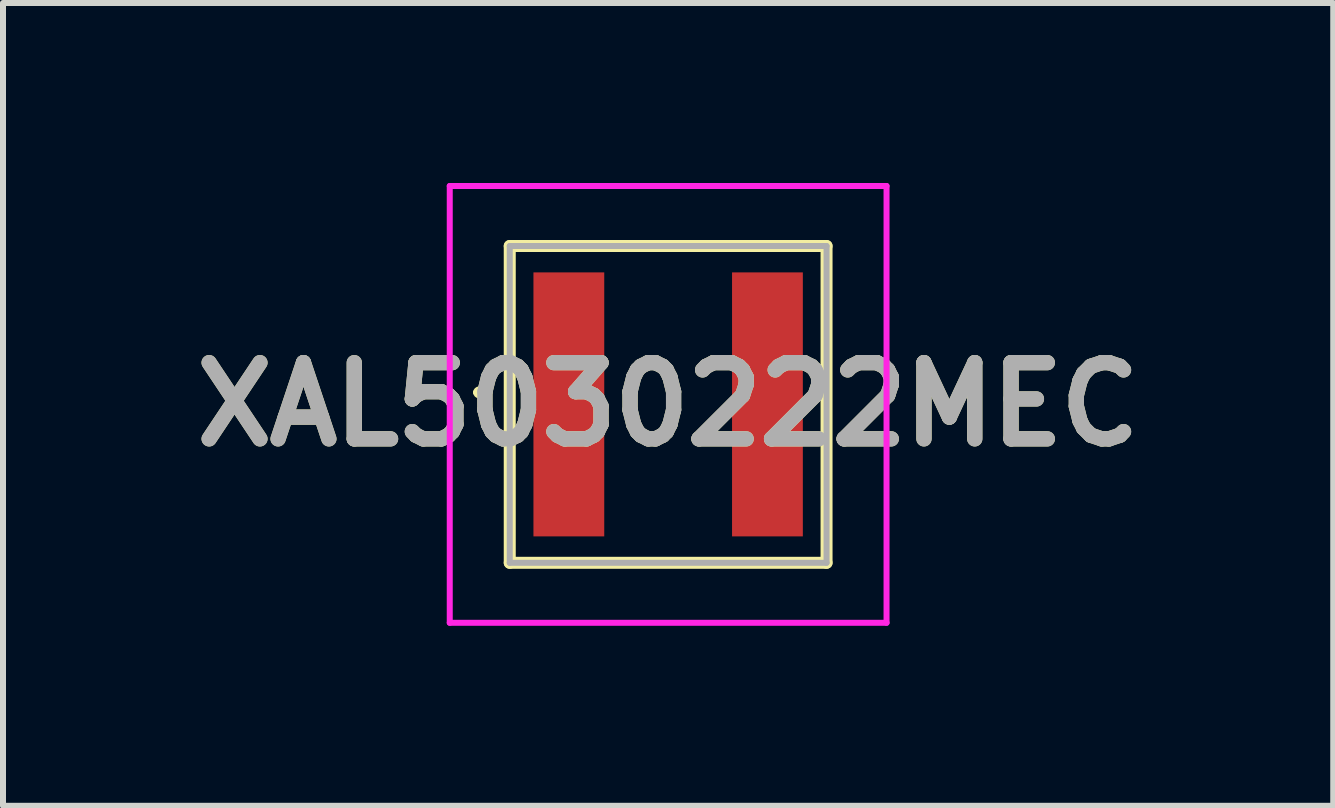
<source format=kicad_pcb>
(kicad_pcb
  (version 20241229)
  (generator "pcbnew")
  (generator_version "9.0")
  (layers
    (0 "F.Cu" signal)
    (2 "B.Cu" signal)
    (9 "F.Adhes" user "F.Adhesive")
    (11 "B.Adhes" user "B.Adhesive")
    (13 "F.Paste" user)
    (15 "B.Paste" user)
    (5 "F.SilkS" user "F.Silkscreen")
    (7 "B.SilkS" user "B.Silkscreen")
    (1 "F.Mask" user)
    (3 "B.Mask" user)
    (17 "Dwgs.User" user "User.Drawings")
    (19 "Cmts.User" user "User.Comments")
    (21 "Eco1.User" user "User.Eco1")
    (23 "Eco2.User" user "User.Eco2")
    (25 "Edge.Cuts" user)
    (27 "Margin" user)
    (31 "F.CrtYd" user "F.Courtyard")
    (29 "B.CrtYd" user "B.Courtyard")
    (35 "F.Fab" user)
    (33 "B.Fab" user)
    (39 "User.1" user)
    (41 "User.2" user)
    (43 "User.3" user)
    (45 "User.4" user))
  (footprint "XAL5030222MEC"
    (layer "F.Cu")
    (at 8.086 3.69)
    (property "Reference" "XAL5030222MEC" (at 0 0 0) (layer "F.SilkS") (effects (font (size 1.27 1.27) (thickness 0.254))))
    (attr smd)
    (fp_line (start -3.2 -0.2) (end -3.2 -0.2) (stroke (width 0.1) (type solid)) (layer "F.SilkS"))
    (fp_line (start -3.1 -0.2) (end -3.1 -0.2) (stroke (width 0.1) (type solid)) (layer "F.SilkS"))
    (fp_line (start -2.64 -2.64) (end 2.64 -2.64) (stroke (width 0.2) (type solid)) (layer "F.SilkS"))
    (fp_line (start -2.64 2.64) (end -2.64 -2.64) (stroke (width 0.2) (type solid)) (layer "F.SilkS"))
    (fp_line (start 2.64 -2.64) (end 2.64 2.64) (stroke (width 0.2) (type solid)) (layer "F.SilkS"))
    (fp_line (start 2.64 2.64) (end -2.64 2.64) (stroke (width 0.2) (type solid)) (layer "F.SilkS"))
    (fp_arc (start -3.2 -0.2) (mid -3.15 -0.25) (end -3.1 -0.2) (stroke (width 0.1) (type solid)) (layer "F.SilkS"))
    (fp_arc (start -3.1 -0.2) (mid -3.15 -0.15) (end -3.2 -0.2) (stroke (width 0.1) (type solid)) (layer "F.SilkS"))
    (fp_line (start -3.64 -3.64) (end 3.64 -3.64) (stroke (width 0.1) (type solid)) (layer "F.CrtYd"))
    (fp_line (start -3.64 3.64) (end -3.64 -3.64) (stroke (width 0.1) (type solid)) (layer "F.CrtYd"))
    (fp_line (start 3.64 -3.64) (end 3.64 3.64) (stroke (width 0.1) (type solid)) (layer "F.CrtYd"))
    (fp_line (start 3.64 3.64) (end -3.64 3.64) (stroke (width 0.1) (type solid)) (layer "F.CrtYd"))
    (fp_line (start -2.64 -2.64) (end 2.64 -2.64) (stroke (width 0.1) (type solid)) (layer "F.Fab"))
    (fp_line (start -2.64 2.64) (end -2.64 -2.64) (stroke (width 0.1) (type solid)) (layer "F.Fab"))
    (fp_line (start 2.64 -2.64) (end 2.64 2.64) (stroke (width 0.1) (type solid)) (layer "F.Fab"))
    (fp_line (start 2.64 2.64) (end -2.64 2.64) (stroke (width 0.1) (type solid)) (layer "F.Fab"))
    (fp_text user "${REFERENCE}" (at 0 0 0) (layer "F.Fab") (effects (font (size 1.27 1.27) (thickness 0.254))))
    (pad "1" smd rect (at -1.655 0) (size 1.18 4.4) (layers "F.Cu" "F.Mask" "F.Paste"))
    (pad "2" smd rect (at 1.655 0) (size 1.18 4.4) (layers "F.Cu" "F.Mask" "F.Paste")))
  (gr_rect
    (start -3 -3)
    (end 19.171 10.38)
    (stroke (width 0.1) (type default))
    (fill no)
    (layer "Edge.Cuts")))
</source>
